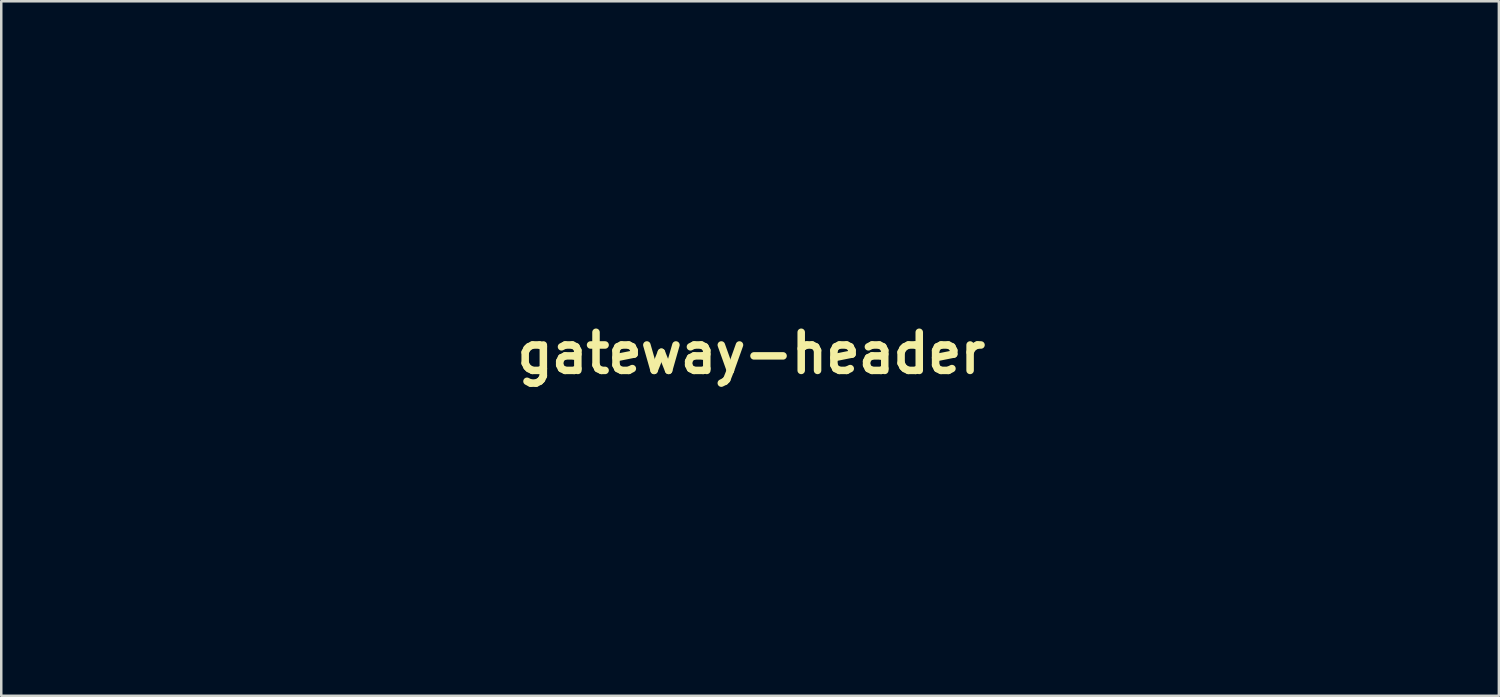
<source format=kicad_pcb>
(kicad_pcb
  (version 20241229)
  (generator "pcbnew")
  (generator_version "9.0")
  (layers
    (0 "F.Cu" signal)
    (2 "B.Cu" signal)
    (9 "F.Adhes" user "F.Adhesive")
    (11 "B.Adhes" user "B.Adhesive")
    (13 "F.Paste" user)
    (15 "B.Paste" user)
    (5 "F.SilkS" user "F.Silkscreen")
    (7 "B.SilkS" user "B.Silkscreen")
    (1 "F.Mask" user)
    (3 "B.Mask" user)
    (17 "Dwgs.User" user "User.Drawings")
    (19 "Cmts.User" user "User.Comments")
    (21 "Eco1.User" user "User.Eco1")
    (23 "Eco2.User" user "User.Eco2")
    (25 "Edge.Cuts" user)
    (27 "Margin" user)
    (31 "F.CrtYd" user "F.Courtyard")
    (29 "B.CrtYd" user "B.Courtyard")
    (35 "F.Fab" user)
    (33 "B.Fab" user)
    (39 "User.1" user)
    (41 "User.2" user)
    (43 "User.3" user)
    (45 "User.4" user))
  (footprint "gateway-header"
    (layer "F.Cu")
    (at 26.973 11.063)
    (property "Reference" "gateway-header" (at 0 0 0) (layer "F.SilkS") (effects (font (size 1.524 1.524) (thickness 0.3))))
    (attr exclude_from_pos_files exclude_from_bom)
    (fp_poly (pts (xy -6.084 2.406) (xy -5.95 2.441) (xy -5.832 2.497) (xy -5.733 2.574) (xy -5.654 2.67) (xy -5.595 2.786) (xy -5.58 2.831) (xy -5.565 2.887) (xy -5.557 2.941) (xy -5.554 3.003) (xy -5.556 3.077) (xy -5.56 3.149) (xy -5.566 3.203) (xy -5.577 3.247) (xy -5.594 3.291) (xy -5.607 3.318) (xy -5.671 3.422) (xy -5.757 3.523) (xy -5.859 3.616) (xy -5.971 3.694) (xy -6.087 3.752) (xy -6.118 3.764) (xy -6.184 3.781) (xy -6.268 3.794) (xy -6.361 3.801) (xy -6.451 3.804) (xy -6.53 3.8) (xy -6.57 3.794) (xy -6.703 3.753) (xy -6.815 3.693) (xy -6.907 3.612) (xy -6.982 3.509) (xy -7.005 3.466) (xy -7.029 3.417) (xy -7.045 3.376) (xy -7.055 3.335) (xy -7.06 3.286) (xy -7.064 3.22) (xy -7.065 3.197) (xy -7.067 3.12) (xy -7.065 3.063) (xy -7.059 3.017) (xy -7.049 2.972) (xy -7.039 2.944) (xy -6.98 2.814) (xy -6.897 2.696) (xy -6.791 2.593) (xy -6.666 2.508) (xy -6.616 2.482) (xy -6.512 2.438) (xy -6.416 2.41) (xy -6.316 2.397) (xy -6.234 2.395) (xy -6.084 2.406)) (stroke (width 0.01) (type solid)) (fill yes) (layer "F.Mask"))
    (fp_poly (pts (xy -23.739 3.063) (xy -23.623 3.069) (xy -23.526 3.082) (xy -23.489 3.09) (xy -23.446 3.103) (xy -23.422 3.118) (xy -23.408 3.143) (xy -23.4 3.173) (xy -23.389 3.225) (xy -23.383 3.283) (xy -23.38 3.351) (xy -23.382 3.428) (xy -23.389 3.516) (xy -23.4 3.618) (xy -23.417 3.734) (xy -23.439 3.866) (xy -23.467 4.014) (xy -23.501 4.182) (xy -23.541 4.369) (xy -23.588 4.578) (xy -23.641 4.809) (xy -23.701 5.065) (xy -23.769 5.347) (xy -23.806 5.503) (xy -23.894 5.868) (xy -23.974 6.207) (xy -24.045 6.521) (xy -24.11 6.812) (xy -24.167 7.081) (xy -24.218 7.33) (xy -24.262 7.561) (xy -24.299 7.773) (xy -24.331 7.971) (xy -24.357 8.153) (xy -24.375 8.301) (xy -24.385 8.388) (xy -24.393 8.451) (xy -24.4 8.494) (xy -24.409 8.521) (xy -24.421 8.538) (xy -24.439 8.547) (xy -24.463 8.555) (xy -24.481 8.56) (xy -24.572 8.583) (xy -24.683 8.606) (xy -24.806 8.629) (xy -24.933 8.649) (xy -25.021 8.66) (xy -25.089 8.668) (xy -25.173 8.674) (xy -25.266 8.68) (xy -25.364 8.685) (xy -25.461 8.689) (xy -25.551 8.692) (xy -25.629 8.693) (xy -25.69 8.692) (xy -25.729 8.689) (xy -25.732 8.689) (xy -25.784 8.679) (xy -25.814 8.67) (xy -25.827 8.657) (xy -25.828 8.635) (xy -25.825 8.607) (xy -25.809 8.492) (xy -25.791 8.377) (xy -25.772 8.26) (xy -25.75 8.138) (xy -25.725 8.009) (xy -25.697 7.872) (xy -25.665 7.723) (xy -25.629 7.561) (xy -25.588 7.384) (xy -25.542 7.19) (xy -25.49 6.976) (xy -25.432 6.74) (xy -25.367 6.48) (xy -25.307 6.238) (xy -25.236 5.954) (xy -25.172 5.695) (xy -25.115 5.46) (xy -25.065 5.247) (xy -25.022 5.052) (xy -24.984 4.875) (xy -24.951 4.714) (xy -24.923 4.565) (xy -24.9 4.428) (xy -24.88 4.299) (xy -24.864 4.177) (xy -24.852 4.06) (xy -24.844 3.97) (xy -24.843 3.852) (xy -24.86 3.746) (xy -24.899 3.643) (xy -24.96 3.539) (xy -24.995 3.49) (xy -25.034 3.434) (xy -25.05 3.391) (xy -25.043 3.357) (xy -25.012 3.326) (xy -24.961 3.294) (xy -24.896 3.263) (xy -24.812 3.229) (xy -24.715 3.195) (xy -24.613 3.162) (xy -24.515 3.134) (xy -24.428 3.113) (xy -24.412 3.11) (xy -24.284 3.09) (xy -24.147 3.075) (xy -24.007 3.066) (xy -23.869 3.061) (xy -23.739 3.063)) (stroke (width 0.01) (type solid)) (fill yes) (layer "F.Mask"))
    (fp_poly (pts (xy -6.045 4.632) (xy -5.999 4.637) (xy -5.967 4.647) (xy -5.945 4.664) (xy -5.928 4.688) (xy -5.914 4.721) (xy -5.899 4.764) (xy -5.898 4.768) (xy -5.883 4.827) (xy -5.871 4.908) (xy -5.862 5.005) (xy -5.858 5.11) (xy -5.857 5.217) (xy -5.861 5.321) (xy -5.869 5.413) (xy -5.869 5.417) (xy -5.888 5.542) (xy -5.916 5.692) (xy -5.952 5.866) (xy -5.995 6.062) (xy -6.046 6.279) (xy -6.104 6.513) (xy -6.108 6.528) (xy -6.164 6.751) (xy -6.211 6.948) (xy -6.251 7.121) (xy -6.283 7.272) (xy -6.307 7.403) (xy -6.325 7.517) (xy -6.337 7.614) (xy -6.342 7.696) (xy -6.342 7.767) (xy -6.339 7.802) (xy -6.327 7.879) (xy -6.31 7.939) (xy -6.29 7.977) (xy -6.268 7.991) (xy -6.235 7.984) (xy -6.179 7.965) (xy -6.103 7.935) (xy -6.01 7.895) (xy -5.905 7.846) (xy -5.73 7.764) (xy -5.654 7.92) (xy -5.622 7.984) (xy -5.601 8.03) (xy -5.593 8.065) (xy -5.599 8.094) (xy -5.621 8.123) (xy -5.661 8.158) (xy -5.72 8.205) (xy -5.739 8.22) (xy -5.869 8.315) (xy -6.012 8.406) (xy -6.165 8.492) (xy -6.319 8.569) (xy -6.471 8.635) (xy -6.615 8.686) (xy -6.744 8.721) (xy -6.765 8.725) (xy -6.887 8.741) (xy -7.008 8.747) (xy -7.118 8.742) (xy -7.14 8.739) (xy -7.269 8.706) (xy -7.385 8.649) (xy -7.485 8.57) (xy -7.566 8.47) (xy -7.628 8.351) (xy -7.667 8.224) (xy -7.678 8.157) (xy -7.685 8.087) (xy -7.687 8.009) (xy -7.683 7.924) (xy -7.673 7.827) (xy -7.657 7.717) (xy -7.634 7.591) (xy -7.605 7.448) (xy -7.568 7.285) (xy -7.524 7.1) (xy -7.472 6.89) (xy -7.449 6.801) (xy -7.418 6.675) (xy -7.386 6.548) (xy -7.356 6.424) (xy -7.329 6.309) (xy -7.306 6.208) (xy -7.288 6.128) (xy -7.282 6.101) (xy -7.25 5.906) (xy -7.237 5.729) (xy -7.244 5.566) (xy -7.273 5.413) (xy -7.322 5.266) (xy -7.395 5.12) (xy -7.472 4.998) (xy -7.508 4.945) (xy -7.529 4.906) (xy -7.54 4.875) (xy -7.542 4.844) (xy -7.541 4.831) (xy -7.539 4.805) (xy -7.534 4.786) (xy -7.522 4.772) (xy -7.5 4.76) (xy -7.463 4.75) (xy -7.407 4.738) (xy -7.328 4.724) (xy -7.288 4.717) (xy -7.16 4.698) (xy -7.008 4.68) (xy -6.835 4.665) (xy -6.647 4.652) (xy -6.446 4.642) (xy -6.303 4.637) (xy -6.193 4.633) (xy -6.109 4.631) (xy -6.045 4.632)) (stroke (width 0.01) (type solid)) (fill yes) (layer "F.Mask"))
    (fp_poly (pts (xy 8.517 3.205) (xy 8.533 3.211) (xy 8.542 3.219) (xy 8.545 3.227) (xy 8.55 3.25) (xy 8.556 3.295) (xy 8.562 3.357) (xy 8.569 3.43) (xy 8.57 3.45) (xy 8.576 3.578) (xy 8.574 3.715) (xy 8.563 3.865) (xy 8.544 4.031) (xy 8.516 4.216) (xy 8.478 4.423) (xy 8.452 4.551) (xy 8.44 4.611) (xy 8.43 4.659) (xy 8.425 4.689) (xy 8.423 4.696) (xy 8.437 4.698) (xy 8.476 4.699) (xy 8.538 4.7) (xy 8.617 4.701) (xy 8.711 4.702) (xy 8.817 4.702) (xy 8.865 4.702) (xy 9.307 4.702) (xy 9.298 4.784) (xy 9.287 4.843) (xy 9.267 4.92) (xy 9.241 5.006) (xy 9.211 5.093) (xy 9.181 5.168) (xy 9.158 5.223) (xy 8.989 5.212) (xy 8.913 5.207) (xy 8.818 5.204) (xy 8.715 5.201) (xy 8.614 5.2) (xy 8.575 5.2) (xy 8.33 5.2) (xy 8.297 5.358) (xy 8.264 5.519) (xy 8.229 5.693) (xy 8.194 5.876) (xy 8.158 6.065) (xy 8.123 6.256) (xy 8.089 6.444) (xy 8.056 6.627) (xy 8.027 6.799) (xy 8 6.958) (xy 7.977 7.1) (xy 7.959 7.22) (xy 7.948 7.298) (xy 7.928 7.476) (xy 7.917 7.627) (xy 7.915 7.751) (xy 7.923 7.85) (xy 7.94 7.923) (xy 7.966 7.971) (xy 7.989 7.99) (xy 8.026 7.995) (xy 8.087 7.986) (xy 8.173 7.962) (xy 8.282 7.923) (xy 8.415 7.869) (xy 8.545 7.812) (xy 8.59 7.794) (xy 8.625 7.784) (xy 8.64 7.785) (xy 8.651 7.801) (xy 8.671 7.838) (xy 8.699 7.888) (xy 8.724 7.935) (xy 8.799 8.074) (xy 8.701 8.151) (xy 8.603 8.225) (xy 8.492 8.302) (xy 8.375 8.379) (xy 8.261 8.449) (xy 8.156 8.509) (xy 8.106 8.535) (xy 7.935 8.611) (xy 7.761 8.671) (xy 7.59 8.715) (xy 7.426 8.741) (xy 7.273 8.748) (xy 7.157 8.739) (xy 7.02 8.705) (xy 6.896 8.648) (xy 6.787 8.57) (xy 6.697 8.474) (xy 6.628 8.361) (xy 6.582 8.235) (xy 6.576 8.21) (xy 6.569 8.154) (xy 6.565 8.076) (xy 6.565 7.98) (xy 6.567 7.872) (xy 6.572 7.759) (xy 6.58 7.645) (xy 6.59 7.537) (xy 6.602 7.439) (xy 6.605 7.421) (xy 6.62 7.33) (xy 6.639 7.223) (xy 6.663 7.099) (xy 6.692 6.956) (xy 6.727 6.791) (xy 6.768 6.604) (xy 6.814 6.391) (xy 6.837 6.289) (xy 6.866 6.155) (xy 6.895 6.021) (xy 6.924 5.889) (xy 6.95 5.761) (xy 6.975 5.641) (xy 6.997 5.532) (xy 7.016 5.436) (xy 7.03 5.358) (xy 7.041 5.299) (xy 7.046 5.263) (xy 7.046 5.252) (xy 7.03 5.251) (xy 6.991 5.253) (xy 6.934 5.257) (xy 6.864 5.263) (xy 6.788 5.27) (xy 6.709 5.279) (xy 6.634 5.287) (xy 6.626 5.288) (xy 6.583 5.292) (xy 6.559 5.289) (xy 6.548 5.277) (xy 6.543 5.263) (xy 6.54 5.233) (xy 6.537 5.181) (xy 6.535 5.114) (xy 6.534 5.037) (xy 6.535 4.958) (xy 6.536 4.884) (xy 6.539 4.82) (xy 6.542 4.774) (xy 6.543 4.769) (xy 6.552 4.703) (xy 6.842 4.699) (xy 7.132 4.695) (xy 7.143 4.623) (xy 7.171 4.39) (xy 7.191 4.138) (xy 7.2 3.879) (xy 7.201 3.777) (xy 7.201 3.451) (xy 7.369 3.399) (xy 7.71 3.307) (xy 8.056 3.244) (xy 8.294 3.217) (xy 8.382 3.209) (xy 8.446 3.205) (xy 8.49 3.203) (xy 8.517 3.205)) (stroke (width 0.01) (type solid)) (fill yes) (layer "F.Mask"))
    (fp_poly (pts (xy 11.657 4.61) (xy 11.855 4.654) (xy 11.939 4.682) (xy 12.026 4.72) (xy 12.112 4.763) (xy 12.193 4.809) (xy 12.264 4.856) (xy 12.321 4.901) (xy 12.359 4.941) (xy 12.373 4.969) (xy 12.386 4.994) (xy 12.412 5.031) (xy 12.447 5.07) (xy 12.515 5.164) (xy 12.564 5.278) (xy 12.594 5.412) (xy 12.604 5.565) (xy 12.602 5.649) (xy 12.589 5.785) (xy 12.566 5.905) (xy 12.529 6.019) (xy 12.483 6.123) (xy 12.399 6.269) (xy 12.291 6.411) (xy 12.166 6.542) (xy 12.027 6.657) (xy 11.925 6.724) (xy 11.787 6.799) (xy 11.627 6.873) (xy 11.452 6.945) (xy 11.268 7.011) (xy 11.082 7.071) (xy 10.899 7.121) (xy 10.725 7.161) (xy 10.568 7.187) (xy 10.526 7.192) (xy 10.475 7.199) (xy 10.44 7.208) (xy 10.428 7.217) (xy 10.432 7.259) (xy 10.441 7.32) (xy 10.455 7.392) (xy 10.471 7.467) (xy 10.488 7.537) (xy 10.504 7.592) (xy 10.507 7.603) (xy 10.567 7.738) (xy 10.644 7.85) (xy 10.737 7.938) (xy 10.845 8.003) (xy 10.967 8.045) (xy 11.101 8.062) (xy 11.248 8.054) (xy 11.405 8.022) (xy 11.572 7.965) (xy 11.579 7.962) (xy 11.721 7.895) (xy 11.86 7.817) (xy 11.985 7.733) (xy 12.029 7.699) (xy 12.07 7.666) (xy 12.102 7.642) (xy 12.119 7.63) (xy 12.12 7.63) (xy 12.131 7.641) (xy 12.155 7.67) (xy 12.189 7.714) (xy 12.23 7.767) (xy 12.23 7.768) (xy 12.28 7.836) (xy 12.311 7.886) (xy 12.325 7.918) (xy 12.325 7.932) (xy 12.311 7.954) (xy 12.28 7.988) (xy 12.239 8.027) (xy 12.227 8.037) (xy 12.053 8.178) (xy 11.871 8.309) (xy 11.686 8.424) (xy 11.504 8.522) (xy 11.329 8.599) (xy 11.286 8.615) (xy 11.152 8.657) (xy 11.002 8.692) (xy 10.845 8.72) (xy 10.687 8.739) (xy 10.537 8.749) (xy 10.403 8.749) (xy 10.356 8.746) (xy 10.157 8.715) (xy 9.975 8.659) (xy 9.808 8.581) (xy 9.658 8.479) (xy 9.525 8.354) (xy 9.41 8.207) (xy 9.312 8.037) (xy 9.232 7.845) (xy 9.17 7.632) (xy 9.151 7.544) (xy 9.14 7.467) (xy 9.13 7.368) (xy 9.124 7.253) (xy 9.119 7.131) (xy 9.118 7.007) (xy 9.119 6.889) (xy 9.124 6.783) (xy 9.128 6.725) (xy 10.418 6.725) (xy 10.423 6.743) (xy 10.44 6.749) (xy 10.474 6.746) (xy 10.528 6.733) (xy 10.57 6.721) (xy 10.747 6.659) (xy 10.907 6.575) (xy 11.049 6.471) (xy 11.172 6.348) (xy 11.272 6.208) (xy 11.323 6.112) (xy 11.365 6.012) (xy 11.395 5.914) (xy 11.414 5.811) (xy 11.425 5.694) (xy 11.428 5.575) (xy 11.425 5.443) (xy 11.413 5.336) (xy 11.393 5.251) (xy 11.362 5.185) (xy 11.32 5.134) (xy 11.266 5.096) (xy 11.253 5.089) (xy 11.173 5.066) (xy 11.088 5.068) (xy 11.001 5.095) (xy 10.916 5.144) (xy 10.836 5.214) (xy 10.764 5.303) (xy 10.736 5.346) (xy 10.688 5.441) (xy 10.64 5.56) (xy 10.594 5.697) (xy 10.551 5.846) (xy 10.512 6.001) (xy 10.48 6.159) (xy 10.455 6.312) (xy 10.438 6.455) (xy 10.435 6.502) (xy 10.431 6.569) (xy 10.426 6.632) (xy 10.422 6.681) (xy 10.42 6.696) (xy 10.418 6.725) (xy 9.128 6.725) (xy 9.129 6.719) (xy 9.169 6.447) (xy 9.232 6.193) (xy 9.318 5.955) (xy 9.427 5.735) (xy 9.56 5.529) (xy 9.717 5.339) (xy 9.899 5.163) (xy 10.106 5.001) (xy 10.144 4.974) (xy 10.345 4.852) (xy 10.555 4.752) (xy 10.774 4.675) (xy 10.996 4.622) (xy 11.22 4.593) (xy 11.441 4.589) (xy 11.657 4.61)) (stroke (width 0.01) (type solid)) (fill yes) (layer "F.Mask"))
    (fp_poly (pts (xy -8.56 4.593) (xy -8.405 4.618) (xy -8.268 4.664) (xy -8.15 4.732) (xy -8.051 4.822) (xy -7.982 4.913) (xy -7.937 4.992) (xy -7.906 5.071) (xy -7.886 5.156) (xy -7.877 5.257) (xy -7.875 5.34) (xy -7.886 5.581) (xy -7.918 5.828) (xy -7.97 6.078) (xy -8.04 6.329) (xy -8.128 6.579) (xy -8.23 6.825) (xy -8.348 7.066) (xy -8.478 7.3) (xy -8.619 7.523) (xy -8.771 7.735) (xy -8.932 7.932) (xy -9.1 8.113) (xy -9.274 8.275) (xy -9.453 8.416) (xy -9.636 8.535) (xy -9.82 8.628) (xy -9.941 8.674) (xy -10.089 8.714) (xy -10.24 8.739) (xy -10.386 8.748) (xy -10.508 8.742) (xy -10.653 8.712) (xy -10.783 8.661) (xy -10.896 8.59) (xy -10.982 8.509) (xy -11.039 8.428) (xy -11.091 8.328) (xy -11.133 8.217) (xy -11.158 8.128) (xy -11.166 8.087) (xy -11.171 8.046) (xy -11.175 8) (xy -11.177 7.944) (xy -11.178 7.874) (xy -11.176 7.785) (xy -11.174 7.672) (xy -11.174 7.659) (xy -11.169 7.533) (xy -11.163 7.39) (xy -11.155 7.239) (xy -11.146 7.093) (xy -11.137 6.963) (xy -11.135 6.945) (xy -11.121 6.776) (xy -11.11 6.632) (xy -11.101 6.507) (xy -11.093 6.398) (xy -11.087 6.3) (xy -11.082 6.209) (xy -11.078 6.121) (xy -11.074 6.031) (xy -11.071 5.934) (xy -11.068 5.834) (xy -11.059 5.474) (xy -11.098 5.36) (xy -11.138 5.257) (xy -11.193 5.146) (xy -11.255 5.037) (xy -11.319 4.942) (xy -11.326 4.932) (xy -11.356 4.89) (xy -11.372 4.86) (xy -11.375 4.834) (xy -11.37 4.805) (xy -11.364 4.782) (xy -11.354 4.765) (xy -11.337 4.752) (xy -11.306 4.739) (xy -11.257 4.722) (xy -11.201 4.706) (xy -11.007 4.655) (xy -10.815 4.618) (xy -10.629 4.597) (xy -10.453 4.59) (xy -10.29 4.599) (xy -10.146 4.624) (xy -10.072 4.645) (xy -9.961 4.694) (xy -9.871 4.759) (xy -9.8 4.843) (xy -9.744 4.948) (xy -9.719 5.019) (xy -9.707 5.059) (xy -9.699 5.096) (xy -9.693 5.136) (xy -9.689 5.184) (xy -9.687 5.246) (xy -9.686 5.326) (xy -9.686 5.416) (xy -9.686 5.481) (xy -9.687 5.539) (xy -9.688 5.592) (xy -9.69 5.643) (xy -9.694 5.694) (xy -9.7 5.75) (xy -9.708 5.811) (xy -9.718 5.882) (xy -9.731 5.964) (xy -9.748 6.062) (xy -9.769 6.177) (xy -9.793 6.312) (xy -9.822 6.471) (xy -9.851 6.628) (xy -9.884 6.803) (xy -9.911 6.953) (xy -9.933 7.08) (xy -9.952 7.188) (xy -9.966 7.278) (xy -9.977 7.354) (xy -9.985 7.419) (xy -9.991 7.475) (xy -9.994 7.526) (xy -9.995 7.573) (xy -9.996 7.604) (xy -9.99 7.723) (xy -9.972 7.816) (xy -9.943 7.884) (xy -9.912 7.919) (xy -9.882 7.938) (xy -9.849 7.944) (xy -9.803 7.941) (xy -9.681 7.911) (xy -9.555 7.852) (xy -9.426 7.765) (xy -9.294 7.651) (xy -9.16 7.509) (xy -9.024 7.339) (xy -8.9 7.164) (xy -8.844 7.073) (xy -8.792 6.979) (xy -8.747 6.884) (xy -8.71 6.794) (xy -8.682 6.711) (xy -8.665 6.641) (xy -8.661 6.586) (xy -8.67 6.552) (xy -8.671 6.552) (xy -8.685 6.535) (xy -8.716 6.5) (xy -8.761 6.449) (xy -8.818 6.385) (xy -8.883 6.311) (xy -8.955 6.23) (xy -8.979 6.204) (xy -9.052 6.122) (xy -9.118 6.046) (xy -9.176 5.978) (xy -9.222 5.922) (xy -9.254 5.881) (xy -9.271 5.857) (xy -9.272 5.853) (xy -9.272 5.827) (xy -9.267 5.78) (xy -9.259 5.721) (xy -9.253 5.687) (xy -9.216 5.519) (xy -9.163 5.349) (xy -9.096 5.183) (xy -9.018 5.025) (xy -8.931 4.882) (xy -8.839 4.758) (xy -8.749 4.663) (xy -8.661 4.584) (xy -8.56 4.593)) (stroke (width 0.01) (type solid)) (fill yes) (layer "F.Mask"))
    (fp_poly (pts (xy 3.905 4.596) (xy 4.028 4.605) (xy 4.139 4.62) (xy 4.172 4.627) (xy 4.389 4.685) (xy 4.585 4.761) (xy 4.648 4.791) (xy 4.7 4.816) (xy 4.742 4.835) (xy 4.768 4.845) (xy 4.772 4.846) (xy 4.782 4.834) (xy 4.8 4.801) (xy 4.821 4.753) (xy 4.828 4.735) (xy 4.872 4.623) (xy 4.987 4.625) (xy 5.083 4.632) (xy 5.2 4.648) (xy 5.333 4.673) (xy 5.474 4.704) (xy 5.62 4.741) (xy 5.763 4.782) (xy 5.899 4.826) (xy 5.989 4.859) (xy 6.028 4.874) (xy 6.006 4.943) (xy 5.989 5.002) (xy 5.967 5.084) (xy 5.94 5.184) (xy 5.912 5.297) (xy 5.881 5.418) (xy 5.851 5.542) (xy 5.822 5.664) (xy 5.795 5.779) (xy 5.772 5.881) (xy 5.754 5.966) (xy 5.75 5.986) (xy 5.715 6.167) (xy 5.68 6.36) (xy 5.647 6.558) (xy 5.616 6.756) (xy 5.589 6.946) (xy 5.565 7.125) (xy 5.547 7.284) (xy 5.539 7.363) (xy 5.53 7.492) (xy 5.525 7.612) (xy 5.526 7.722) (xy 5.532 7.817) (xy 5.543 7.893) (xy 5.558 7.948) (xy 5.573 7.973) (xy 5.587 7.982) (xy 5.606 7.985) (xy 5.635 7.98) (xy 5.676 7.966) (xy 5.733 7.942) (xy 5.81 7.907) (xy 5.908 7.861) (xy 6.112 7.764) (xy 6.15 7.842) (xy 6.17 7.888) (xy 6.182 7.932) (xy 6.187 7.985) (xy 6.188 8.039) (xy 6.188 8.159) (xy 6.091 8.236) (xy 5.993 8.308) (xy 5.877 8.385) (xy 5.75 8.462) (xy 5.619 8.534) (xy 5.494 8.598) (xy 5.381 8.647) (xy 5.366 8.653) (xy 5.203 8.705) (xy 5.044 8.737) (xy 4.892 8.747) (xy 4.749 8.736) (xy 4.62 8.705) (xy 4.506 8.653) (xy 4.446 8.612) (xy 4.376 8.541) (xy 4.317 8.452) (xy 4.275 8.357) (xy 4.266 8.325) (xy 4.255 8.284) (xy 4.244 8.256) (xy 4.24 8.25) (xy 4.225 8.259) (xy 4.194 8.281) (xy 4.152 8.314) (xy 4.131 8.331) (xy 3.949 8.466) (xy 3.769 8.575) (xy 3.593 8.658) (xy 3.423 8.715) (xy 3.258 8.744) (xy 3.1 8.747) (xy 3.036 8.74) (xy 2.866 8.701) (xy 2.709 8.636) (xy 2.567 8.547) (xy 2.44 8.436) (xy 2.33 8.304) (xy 2.239 8.152) (xy 2.168 7.981) (xy 2.159 7.955) (xy 2.129 7.848) (xy 2.106 7.741) (xy 2.09 7.627) (xy 2.079 7.501) (xy 2.073 7.357) (xy 2.071 7.197) (xy 2.072 7.1) (xy 3.392 7.1) (xy 3.393 7.291) (xy 3.406 7.461) (xy 3.429 7.607) (xy 3.464 7.731) (xy 3.509 7.83) (xy 3.565 7.903) (xy 3.632 7.951) (xy 3.661 7.963) (xy 3.713 7.97) (xy 3.784 7.967) (xy 3.864 7.954) (xy 3.945 7.932) (xy 3.965 7.925) (xy 4.029 7.9) (xy 4.098 7.869) (xy 4.142 7.847) (xy 4.223 7.803) (xy 4.233 7.655) (xy 4.253 7.406) (xy 4.28 7.142) (xy 4.313 6.874) (xy 4.35 6.612) (xy 4.391 6.367) (xy 4.398 6.328) (xy 4.415 6.242) (xy 4.436 6.143) (xy 4.459 6.035) (xy 4.485 5.921) (xy 4.511 5.805) (xy 4.538 5.691) (xy 4.565 5.583) (xy 4.589 5.484) (xy 4.611 5.399) (xy 4.63 5.331) (xy 4.645 5.283) (xy 4.654 5.261) (xy 4.646 5.249) (xy 4.615 5.232) (xy 4.566 5.21) (xy 4.503 5.188) (xy 4.432 5.166) (xy 4.418 5.162) (xy 4.305 5.139) (xy 4.198 5.133) (xy 4.105 5.143) (xy 4.048 5.161) (xy 3.963 5.213) (xy 3.882 5.292) (xy 3.804 5.396) (xy 3.731 5.523) (xy 3.663 5.67) (xy 3.601 5.837) (xy 3.545 6.022) (xy 3.496 6.221) (xy 3.456 6.434) (xy 3.425 6.659) (xy 3.403 6.887) (xy 3.392 7.1) (xy 2.072 7.1) (xy 2.073 7.022) (xy 2.079 6.87) (xy 2.089 6.734) (xy 2.104 6.609) (xy 2.124 6.49) (xy 2.143 6.397) (xy 2.162 6.314) (xy 2.181 6.224) (xy 2.199 6.141) (xy 2.207 6.105) (xy 2.256 5.925) (xy 2.328 5.739) (xy 2.419 5.552) (xy 2.526 5.37) (xy 2.646 5.201) (xy 2.775 5.05) (xy 2.789 5.036) (xy 2.93 4.906) (xy 3.086 4.795) (xy 3.249 4.705) (xy 3.415 4.64) (xy 3.455 4.628) (xy 3.546 4.61) (xy 3.656 4.599) (xy 3.779 4.594) (xy 3.905 4.596)) (stroke (width 0.01) (type solid)) (fill yes) (layer "F.Mask"))
    (fp_poly (pts (xy 20.342 4.595) (xy 20.458 4.601) (xy 20.562 4.614) (xy 20.597 4.62) (xy 20.713 4.649) (xy 20.836 4.686) (xy 20.957 4.728) (xy 21.065 4.772) (xy 21.118 4.797) (xy 21.17 4.822) (xy 21.207 4.835) (xy 21.232 4.831) (xy 21.252 4.808) (xy 21.272 4.763) (xy 21.292 4.706) (xy 21.325 4.612) (xy 21.453 4.622) (xy 21.589 4.636) (xy 21.731 4.659) (xy 21.884 4.693) (xy 22.054 4.737) (xy 22.244 4.794) (xy 22.259 4.799) (xy 22.345 4.827) (xy 22.41 4.851) (xy 22.454 4.87) (xy 22.472 4.883) (xy 22.472 4.885) (xy 22.468 4.906) (xy 22.458 4.948) (xy 22.443 5.003) (xy 22.435 5.03) (xy 22.367 5.277) (xy 22.301 5.547) (xy 22.237 5.834) (xy 22.177 6.132) (xy 22.121 6.435) (xy 22.072 6.737) (xy 22.031 7.032) (xy 22.009 7.206) (xy 21.996 7.334) (xy 21.988 7.46) (xy 21.983 7.58) (xy 21.983 7.69) (xy 21.986 7.787) (xy 21.993 7.867) (xy 22.004 7.925) (xy 22.015 7.953) (xy 22.028 7.97) (xy 22.041 7.981) (xy 22.059 7.984) (xy 22.086 7.98) (xy 22.125 7.967) (xy 22.18 7.944) (xy 22.254 7.911) (xy 22.333 7.874) (xy 22.405 7.841) (xy 22.467 7.812) (xy 22.515 7.79) (xy 22.544 7.777) (xy 22.551 7.774) (xy 22.554 7.788) (xy 22.557 7.824) (xy 22.562 7.877) (xy 22.565 7.922) (xy 22.571 7.992) (xy 22.577 8.059) (xy 22.584 8.112) (xy 22.587 8.132) (xy 22.598 8.193) (xy 22.51 8.262) (xy 22.398 8.343) (xy 22.269 8.425) (xy 22.129 8.504) (xy 21.988 8.576) (xy 21.853 8.636) (xy 21.751 8.674) (xy 21.584 8.72) (xy 21.427 8.744) (xy 21.28 8.746) (xy 21.145 8.727) (xy 21.025 8.687) (xy 20.921 8.627) (xy 20.835 8.547) (xy 20.773 8.456) (xy 20.746 8.399) (xy 20.723 8.34) (xy 20.712 8.305) (xy 20.695 8.238) (xy 20.6 8.318) (xy 20.441 8.441) (xy 20.275 8.547) (xy 20.107 8.632) (xy 19.942 8.696) (xy 19.783 8.736) (xy 19.753 8.74) (xy 19.688 8.749) (xy 19.638 8.752) (xy 19.589 8.751) (xy 19.529 8.745) (xy 19.501 8.741) (xy 19.334 8.705) (xy 19.176 8.641) (xy 19.027 8.551) (xy 18.964 8.502) (xy 18.851 8.393) (xy 18.756 8.269) (xy 18.678 8.126) (xy 18.616 7.962) (xy 18.568 7.776) (xy 18.555 7.709) (xy 18.543 7.618) (xy 18.533 7.504) (xy 18.526 7.375) (xy 18.523 7.237) (xy 18.523 7.098) (xy 18.523 7.097) (xy 19.849 7.097) (xy 19.851 7.284) (xy 19.859 7.433) (xy 19.874 7.559) (xy 19.894 7.664) (xy 19.923 7.753) (xy 19.94 7.794) (xy 19.983 7.868) (xy 20.032 7.918) (xy 20.093 7.952) (xy 20.102 7.955) (xy 20.141 7.968) (xy 20.176 7.974) (xy 20.216 7.972) (xy 20.268 7.964) (xy 20.316 7.955) (xy 20.375 7.938) (xy 20.447 7.913) (xy 20.52 7.882) (xy 20.55 7.868) (xy 20.683 7.802) (xy 20.684 7.734) (xy 20.685 7.683) (xy 20.69 7.609) (xy 20.697 7.516) (xy 20.706 7.412) (xy 20.716 7.3) (xy 20.728 7.186) (xy 20.74 7.076) (xy 20.751 6.975) (xy 20.756 6.938) (xy 20.803 6.614) (xy 20.861 6.284) (xy 20.928 5.956) (xy 21.002 5.642) (xy 21.044 5.479) (xy 21.064 5.404) (xy 21.081 5.34) (xy 21.094 5.29) (xy 21.101 5.259) (xy 21.102 5.254) (xy 21.088 5.238) (xy 21.052 5.22) (xy 20.998 5.2) (xy 20.932 5.18) (xy 20.86 5.162) (xy 20.787 5.147) (xy 20.718 5.137) (xy 20.66 5.133) (xy 20.598 5.134) (xy 20.553 5.141) (xy 20.509 5.158) (xy 20.481 5.172) (xy 20.397 5.233) (xy 20.317 5.319) (xy 20.24 5.43) (xy 20.168 5.562) (xy 20.101 5.713) (xy 20.041 5.881) (xy 19.987 6.062) (xy 19.942 6.256) (xy 19.904 6.458) (xy 19.876 6.668) (xy 19.857 6.882) (xy 19.849 7.097) (xy 18.523 7.097) (xy 18.527 6.963) (xy 18.533 6.851) (xy 18.566 6.547) (xy 18.616 6.265) (xy 18.684 6.004) (xy 18.77 5.764) (xy 18.874 5.542) (xy 18.998 5.338) (xy 19.141 5.151) (xy 19.293 4.99) (xy 19.436 4.866) (xy 19.581 4.767) (xy 19.731 4.69) (xy 19.893 4.633) (xy 19.912 4.628) (xy 19.997 4.611) (xy 20.103 4.6) (xy 20.22 4.594) (xy 20.342 4.595)) (stroke (width 0.01) (type solid)) (fill yes) (layer "F.Mask"))
    (fp_poly (pts (xy -14.035 4.682) (xy -14.024 4.736) (xy -14.016 4.811) (xy -14.011 4.901) (xy -14.008 4.998) (xy -14.009 5.095) (xy -14.013 5.184) (xy -14.019 5.244) (xy -14.03 5.323) (xy -14.044 5.411) (xy -14.062 5.509) (xy -14.084 5.62) (xy -14.111 5.748) (xy -14.143 5.893) (xy -14.182 6.06) (xy -14.226 6.249) (xy -14.272 6.44) (xy -14.319 6.633) (xy -14.358 6.801) (xy -14.392 6.946) (xy -14.42 7.07) (xy -14.444 7.176) (xy -14.462 7.267) (xy -14.476 7.344) (xy -14.487 7.411) (xy -14.494 7.47) (xy -14.499 7.523) (xy -14.502 7.573) (xy -14.503 7.623) (xy -14.503 7.625) (xy -14.501 7.714) (xy -14.493 7.778) (xy -14.476 7.824) (xy -14.45 7.855) (xy -14.411 7.878) (xy -14.387 7.887) (xy -14.326 7.896) (xy -14.245 7.892) (xy -14.15 7.875) (xy -14.045 7.847) (xy -13.937 7.809) (xy -13.829 7.761) (xy -13.818 7.756) (xy -13.768 7.729) (xy -13.738 7.708) (xy -13.721 7.686) (xy -13.713 7.659) (xy -13.707 7.633) (xy -13.696 7.583) (xy -13.68 7.512) (xy -13.661 7.423) (xy -13.638 7.322) (xy -13.614 7.21) (xy -13.595 7.125) (xy -13.531 6.833) (xy -13.473 6.567) (xy -13.423 6.325) (xy -13.379 6.104) (xy -13.341 5.903) (xy -13.308 5.719) (xy -13.281 5.552) (xy -13.259 5.398) (xy -13.241 5.255) (xy -13.227 5.122) (xy -13.218 4.996) (xy -13.215 4.952) (xy -13.205 4.768) (xy -13.118 4.742) (xy -13.012 4.715) (xy -12.881 4.692) (xy -12.73 4.673) (xy -12.562 4.659) (xy -12.382 4.649) (xy -12.193 4.645) (xy -12.135 4.644) (xy -11.885 4.644) (xy -11.885 4.73) (xy -11.888 4.814) (xy -11.898 4.922) (xy -11.914 5.054) (xy -11.936 5.212) (xy -11.966 5.395) (xy -12.002 5.605) (xy -12.044 5.841) (xy -12.094 6.104) (xy -12.15 6.394) (xy -12.166 6.476) (xy -12.211 6.705) (xy -12.251 6.907) (xy -12.285 7.084) (xy -12.313 7.239) (xy -12.337 7.373) (xy -12.356 7.487) (xy -12.371 7.585) (xy -12.381 7.666) (xy -12.388 7.735) (xy -12.391 7.791) (xy -12.391 7.838) (xy -12.387 7.876) (xy -12.381 7.908) (xy -12.376 7.923) (xy -12.364 7.955) (xy -12.349 7.977) (xy -12.328 7.99) (xy -12.298 7.993) (xy -12.257 7.985) (xy -12.2 7.966) (xy -12.125 7.936) (xy -12.03 7.894) (xy -11.959 7.863) (xy -11.896 7.834) (xy -11.842 7.811) (xy -11.803 7.795) (xy -11.785 7.789) (xy -11.784 7.789) (xy -11.772 7.801) (xy -11.75 7.832) (xy -11.722 7.876) (xy -11.692 7.928) (xy -11.663 7.98) (xy -11.639 8.027) (xy -11.623 8.062) (xy -11.619 8.078) (xy -11.619 8.079) (xy -11.633 8.092) (xy -11.665 8.119) (xy -11.709 8.155) (xy -11.745 8.183) (xy -11.95 8.333) (xy -12.151 8.46) (xy -12.345 8.565) (xy -12.533 8.646) (xy -12.713 8.703) (xy -12.884 8.737) (xy -13.045 8.748) (xy -13.196 8.734) (xy -13.334 8.696) (xy -13.46 8.635) (xy -13.572 8.548) (xy -13.591 8.529) (xy -13.65 8.458) (xy -13.7 8.374) (xy -13.738 8.288) (xy -13.754 8.224) (xy -13.762 8.187) (xy -13.769 8.166) (xy -13.771 8.164) (xy -13.785 8.172) (xy -13.815 8.194) (xy -13.856 8.226) (xy -13.866 8.234) (xy -13.992 8.327) (xy -14.13 8.418) (xy -14.274 8.503) (xy -14.418 8.578) (xy -14.553 8.64) (xy -14.64 8.673) (xy -14.785 8.714) (xy -14.93 8.742) (xy -15.071 8.754) (xy -15.2 8.752) (xy -15.312 8.733) (xy -15.316 8.732) (xy -15.437 8.687) (xy -15.548 8.62) (xy -15.645 8.536) (xy -15.722 8.44) (xy -15.75 8.391) (xy -15.787 8.305) (xy -15.813 8.215) (xy -15.829 8.116) (xy -15.835 8) (xy -15.833 7.877) (xy -15.829 7.796) (xy -15.823 7.714) (xy -15.813 7.627) (xy -15.8 7.533) (xy -15.783 7.43) (xy -15.762 7.315) (xy -15.735 7.186) (xy -15.703 7.04) (xy -15.666 6.874) (xy -15.622 6.687) (xy -15.571 6.476) (xy -15.543 6.361) (xy -15.495 6.159) (xy -15.455 5.984) (xy -15.423 5.833) (xy -15.399 5.704) (xy -15.383 5.598) (xy -15.373 5.511) (xy -15.371 5.442) (xy -15.375 5.39) (xy -15.377 5.38) (xy -15.404 5.3) (xy -15.452 5.206) (xy -15.516 5.105) (xy -15.592 5.005) (xy -15.637 4.948) (xy -15.666 4.907) (xy -15.683 4.875) (xy -15.691 4.847) (xy -15.692 4.823) (xy -15.693 4.763) (xy -15.567 4.74) (xy -15.365 4.708) (xy -15.134 4.682) (xy -14.876 4.661) (xy -14.591 4.644) (xy -14.364 4.636) (xy -14.051 4.626) (xy -14.035 4.682)) (stroke (width 0.01) (type solid)) (fill yes) (layer "F.Mask"))
    (fp_poly (pts (xy -18.654 4.633) (xy -18.628 4.636) (xy -18.613 4.64) (xy -18.606 4.646) (xy -18.592 4.684) (xy -18.582 4.748) (xy -18.575 4.838) (xy -18.572 4.951) (xy -18.571 5.034) (xy -18.572 5.102) (xy -18.575 5.17) (xy -18.58 5.239) (xy -18.588 5.312) (xy -18.6 5.392) (xy -18.615 5.481) (xy -18.634 5.581) (xy -18.658 5.696) (xy -18.687 5.827) (xy -18.721 5.976) (xy -18.761 6.148) (xy -18.808 6.342) (xy -18.844 6.491) (xy -18.897 6.707) (xy -18.941 6.898) (xy -18.979 7.064) (xy -19.01 7.209) (xy -19.034 7.333) (xy -19.052 7.439) (xy -19.064 7.528) (xy -19.071 7.603) (xy -19.072 7.666) (xy -19.069 7.717) (xy -19.067 7.731) (xy -19.045 7.804) (xy -19.006 7.858) (xy -18.953 7.891) (xy -18.936 7.895) (xy -18.874 7.899) (xy -18.792 7.89) (xy -18.697 7.871) (xy -18.596 7.843) (xy -18.493 7.807) (xy -18.395 7.766) (xy -18.376 7.756) (xy -18.327 7.731) (xy -18.298 7.71) (xy -18.282 7.689) (xy -18.272 7.659) (xy -18.269 7.644) (xy -18.262 7.611) (xy -18.25 7.555) (xy -18.234 7.481) (xy -18.215 7.395) (xy -18.194 7.3) (xy -18.186 7.262) (xy -18.122 6.972) (xy -18.064 6.707) (xy -18.013 6.466) (xy -17.968 6.246) (xy -17.929 6.046) (xy -17.894 5.864) (xy -17.865 5.697) (xy -17.84 5.544) (xy -17.82 5.401) (xy -17.803 5.268) (xy -17.789 5.142) (xy -17.779 5.021) (xy -17.773 4.94) (xy -17.763 4.767) (xy -17.653 4.736) (xy -17.544 4.71) (xy -17.417 4.689) (xy -17.269 4.672) (xy -17.099 4.659) (xy -16.902 4.651) (xy -16.812 4.648) (xy -16.438 4.64) (xy -16.448 4.79) (xy -16.455 4.877) (xy -16.464 4.97) (xy -16.476 5.072) (xy -16.492 5.185) (xy -16.511 5.311) (xy -16.534 5.452) (xy -16.562 5.61) (xy -16.594 5.787) (xy -16.632 5.986) (xy -16.675 6.208) (xy -16.723 6.456) (xy -16.731 6.498) (xy -16.772 6.701) (xy -16.806 6.879) (xy -16.836 7.032) (xy -16.861 7.165) (xy -16.882 7.279) (xy -16.899 7.376) (xy -16.913 7.459) (xy -16.923 7.531) (xy -16.931 7.593) (xy -16.937 7.647) (xy -16.942 7.697) (xy -16.944 7.734) (xy -16.946 7.828) (xy -16.941 7.898) (xy -16.928 7.947) (xy -16.906 7.979) (xy -16.889 7.991) (xy -16.869 7.995) (xy -16.839 7.991) (xy -16.794 7.978) (xy -16.733 7.955) (xy -16.652 7.922) (xy -16.548 7.876) (xy -16.519 7.862) (xy -16.456 7.834) (xy -16.402 7.811) (xy -16.363 7.795) (xy -16.345 7.789) (xy -16.345 7.789) (xy -16.333 7.8) (xy -16.311 7.832) (xy -16.283 7.876) (xy -16.272 7.894) (xy -16.236 7.964) (xy -16.217 8.019) (xy -16.212 8.057) (xy -16.213 8.083) (xy -16.219 8.104) (xy -16.235 8.125) (xy -16.263 8.151) (xy -16.308 8.186) (xy -16.338 8.209) (xy -16.549 8.359) (xy -16.748 8.483) (xy -16.938 8.582) (xy -17.119 8.658) (xy -17.294 8.709) (xy -17.464 8.738) (xy -17.59 8.745) (xy -17.713 8.739) (xy -17.821 8.719) (xy -17.923 8.683) (xy -17.993 8.649) (xy -18.091 8.584) (xy -18.176 8.501) (xy -18.245 8.405) (xy -18.293 8.303) (xy -18.312 8.226) (xy -18.319 8.188) (xy -18.325 8.166) (xy -18.327 8.164) (xy -18.34 8.172) (xy -18.371 8.194) (xy -18.416 8.227) (xy -18.471 8.267) (xy -18.475 8.27) (xy -18.696 8.422) (xy -18.912 8.547) (xy -19.124 8.643) (xy -19.332 8.712) (xy -19.421 8.733) (xy -19.502 8.746) (xy -19.595 8.752) (xy -19.692 8.753) (xy -19.781 8.748) (xy -19.854 8.737) (xy -19.869 8.734) (xy -19.94 8.713) (xy -19.995 8.691) (xy -20.046 8.664) (xy -20.104 8.626) (xy -20.109 8.622) (xy -20.194 8.553) (xy -20.264 8.472) (xy -20.318 8.378) (xy -20.359 8.27) (xy -20.384 8.147) (xy -20.396 8.005) (xy -20.393 7.844) (xy -20.377 7.662) (xy -20.347 7.457) (xy -20.314 7.277) (xy -20.302 7.219) (xy -20.284 7.137) (xy -20.262 7.037) (xy -20.236 6.922) (xy -20.207 6.798) (xy -20.177 6.67) (xy -20.149 6.556) (xy -20.101 6.352) (xy -20.059 6.174) (xy -20.024 6.02) (xy -19.996 5.888) (xy -19.973 5.774) (xy -19.955 5.678) (xy -19.943 5.597) (xy -19.936 5.529) (xy -19.933 5.471) (xy -19.935 5.422) (xy -19.94 5.38) (xy -19.949 5.342) (xy -19.954 5.325) (xy -19.981 5.263) (xy -20.023 5.187) (xy -20.078 5.103) (xy -20.139 5.018) (xy -20.184 4.962) (xy -20.221 4.915) (xy -20.241 4.879) (xy -20.25 4.846) (xy -20.251 4.823) (xy -20.251 4.799) (xy -20.249 4.782) (xy -20.241 4.769) (xy -20.223 4.759) (xy -20.192 4.75) (xy -20.143 4.741) (xy -20.073 4.731) (xy -19.984 4.718) (xy -19.874 4.703) (xy -19.775 4.69) (xy -19.681 4.679) (xy -19.586 4.67) (xy -19.485 4.663) (xy -19.373 4.656) (xy -19.244 4.65) (xy -19.093 4.644) (xy -19.056 4.642) (xy -18.93 4.638) (xy -18.83 4.634) (xy -18.752 4.632) (xy -18.695 4.632) (xy -18.654 4.633)) (stroke (width 0.01) (type solid)) (fill yes) (layer "F.Mask"))
    (fp_poly (pts (xy -22.96 2.023) (xy -22.653 2.055) (xy -22.363 2.105) (xy -22.313 2.115) (xy -22.069 2.18) (xy -21.841 2.26) (xy -21.632 2.357) (xy -21.441 2.467) (xy -21.271 2.592) (xy -21.123 2.728) (xy -20.999 2.876) (xy -20.9 3.034) (xy -20.842 3.162) (xy -20.804 3.264) (xy -20.777 3.355) (xy -20.757 3.443) (xy -20.744 3.534) (xy -20.738 3.637) (xy -20.735 3.759) (xy -20.735 3.793) (xy -20.736 3.891) (xy -20.737 3.967) (xy -20.741 4.026) (xy -20.746 4.076) (xy -20.754 4.123) (xy -20.766 4.172) (xy -20.774 4.203) (xy -20.839 4.391) (xy -20.93 4.574) (xy -21.048 4.754) (xy -21.194 4.932) (xy -21.368 5.107) (xy -21.496 5.22) (xy -21.618 5.317) (xy -21.755 5.417) (xy -21.897 5.513) (xy -22.039 5.601) (xy -22.172 5.676) (xy -22.244 5.713) (xy -22.311 5.745) (xy -22.239 5.838) (xy -22.216 5.869) (xy -22.194 5.901) (xy -22.172 5.937) (xy -22.148 5.978) (xy -22.122 6.026) (xy -22.093 6.084) (xy -22.06 6.153) (xy -22.022 6.235) (xy -21.978 6.332) (xy -21.927 6.447) (xy -21.869 6.58) (xy -21.803 6.733) (xy -21.727 6.91) (xy -21.641 7.111) (xy -21.514 7.399) (xy -21.391 7.661) (xy -21.272 7.899) (xy -21.154 8.115) (xy -21.037 8.31) (xy -20.92 8.488) (xy -20.8 8.649) (xy -20.678 8.797) (xy -20.551 8.932) (xy -20.534 8.95) (xy -20.336 9.128) (xy -20.13 9.28) (xy -19.913 9.407) (xy -19.683 9.51) (xy -19.62 9.533) (xy -19.465 9.588) (xy -19.418 9.767) (xy -19.398 9.843) (xy -19.386 9.898) (xy -19.385 9.937) (xy -19.397 9.967) (xy -19.426 9.994) (xy -19.472 10.025) (xy -19.539 10.065) (xy -19.685 10.138) (xy -19.85 10.197) (xy -20.028 10.239) (xy -20.213 10.263) (xy -20.399 10.269) (xy -20.539 10.259) (xy -20.697 10.233) (xy -20.866 10.192) (xy -21.036 10.137) (xy -21.197 10.074) (xy -21.302 10.023) (xy -21.502 9.902) (xy -21.688 9.757) (xy -21.859 9.588) (xy -22.014 9.397) (xy -22.15 9.187) (xy -22.189 9.115) (xy -22.228 9.04) (xy -22.264 8.966) (xy -22.298 8.889) (xy -22.33 8.809) (xy -22.362 8.722) (xy -22.394 8.627) (xy -22.426 8.522) (xy -22.459 8.403) (xy -22.494 8.27) (xy -22.532 8.119) (xy -22.572 7.949) (xy -22.616 7.757) (xy -22.665 7.541) (xy -22.717 7.306) (xy -22.755 7.138) (xy -22.795 6.973) (xy -22.835 6.812) (xy -22.875 6.66) (xy -22.914 6.518) (xy -22.952 6.391) (xy -22.986 6.281) (xy -23.017 6.192) (xy -23.044 6.127) (xy -23.053 6.107) (xy -23.074 6.067) (xy -23.26 6.065) (xy -23.369 6.062) (xy -23.454 6.053) (xy -23.517 6.035) (xy -23.561 6.006) (xy -23.592 5.964) (xy -23.611 5.905) (xy -23.623 5.828) (xy -23.625 5.815) (xy -23.629 5.737) (xy -23.629 5.646) (xy -23.624 5.551) (xy -23.616 5.461) (xy -23.605 5.385) (xy -23.598 5.352) (xy -23.566 5.283) (xy -23.516 5.232) (xy -23.445 5.199) (xy -23.352 5.184) (xy -23.238 5.186) (xy -23.196 5.19) (xy -23.098 5.208) (xy -22.999 5.234) (xy -22.947 5.251) (xy -22.832 5.296) (xy -22.762 5.237) (xy -22.675 5.153) (xy -22.584 5.046) (xy -22.494 4.922) (xy -22.408 4.787) (xy -22.33 4.644) (xy -22.262 4.501) (xy -22.215 4.382) (xy -22.16 4.194) (xy -22.127 4.001) (xy -22.116 3.808) (xy -22.125 3.619) (xy -22.155 3.439) (xy -22.206 3.272) (xy -22.233 3.209) (xy -22.315 3.066) (xy -22.419 2.94) (xy -22.545 2.833) (xy -22.693 2.744) (xy -22.864 2.672) (xy -22.875 2.669) (xy -23.042 2.623) (xy -23.231 2.589) (xy -23.437 2.567) (xy -23.656 2.557) (xy -23.884 2.559) (xy -24.117 2.572) (xy -24.35 2.597) (xy -24.579 2.633) (xy -24.8 2.68) (xy -25.008 2.738) (xy -25.024 2.743) (xy -25.226 2.817) (xy -25.421 2.904) (xy -25.604 3.004) (xy -25.773 3.113) (xy -25.927 3.23) (xy -26.061 3.354) (xy -26.175 3.481) (xy -26.264 3.61) (xy -26.325 3.733) (xy -26.341 3.781) (xy -26.351 3.83) (xy -26.357 3.89) (xy -26.358 3.966) (xy -26.355 4.063) (xy -26.343 4.141) (xy -26.319 4.208) (xy -26.281 4.273) (xy -26.25 4.314) (xy -26.209 4.355) (xy -26.149 4.403) (xy -26.078 4.454) (xy -26.001 4.502) (xy -25.926 4.543) (xy -25.86 4.572) (xy -25.856 4.574) (xy -25.765 4.606) (xy -25.783 4.719) (xy -25.797 4.791) (xy -25.816 4.868) (xy -25.833 4.929) (xy -25.857 4.995) (xy -25.885 5.065) (xy -25.916 5.132) (xy -25.946 5.193) (xy -25.972 5.24) (xy -25.992 5.269) (xy -26 5.274) (xy -26.029 5.275) (xy -26.078 5.264) (xy -26.141 5.244) (xy -26.21 5.218) (xy -26.282 5.187) (xy -26.348 5.153) (xy -26.379 5.136) (xy -26.537 5.027) (xy -26.67 4.904) (xy -26.778 4.767) (xy -26.862 4.615) (xy -26.922 4.448) (xy -26.958 4.264) (xy -26.968 4.151) (xy -26.967 3.948) (xy -26.941 3.757) (xy -26.89 3.576) (xy -26.811 3.402) (xy -26.706 3.236) (xy -26.574 3.074) (xy -26.484 2.983) (xy -26.3 2.823) (xy -26.09 2.676) (xy -25.855 2.54) (xy -25.597 2.417) (xy -25.315 2.307) (xy -25.176 2.26) (xy -24.887 2.178) (xy -24.58 2.112) (xy -24.262 2.062) (xy -23.935 2.028) (xy -23.606 2.01) (xy -23.28 2.008) (xy -22.96 2.023)) (stroke (width 0.01) (type solid)) (fill yes) (layer "F.Mask"))
    (fp_poly (pts (xy 24.641 4.695) (xy 24.646 4.728) (xy 24.65 4.784) (xy 24.653 4.857) (xy 24.655 4.941) (xy 24.656 5.012) (xy 24.656 5.079) (xy 24.655 5.14) (xy 24.654 5.198) (xy 24.65 5.255) (xy 24.645 5.315) (xy 24.637 5.379) (xy 24.627 5.452) (xy 24.614 5.534) (xy 24.597 5.63) (xy 24.576 5.742) (xy 24.551 5.872) (xy 24.521 6.023) (xy 24.486 6.199) (xy 24.462 6.318) (xy 24.423 6.513) (xy 24.39 6.683) (xy 24.361 6.83) (xy 24.338 6.956) (xy 24.318 7.063) (xy 24.303 7.155) (xy 24.291 7.234) (xy 24.282 7.302) (xy 24.276 7.362) (xy 24.272 7.417) (xy 24.27 7.468) (xy 24.269 7.507) (xy 24.272 7.609) (xy 24.283 7.686) (xy 24.303 7.741) (xy 24.333 7.778) (xy 24.342 7.784) (xy 24.384 7.798) (xy 24.448 7.803) (xy 24.527 7.798) (xy 24.616 7.785) (xy 24.711 7.763) (xy 24.772 7.744) (xy 24.84 7.719) (xy 24.916 7.685) (xy 24.993 7.647) (xy 25.065 7.607) (xy 25.124 7.571) (xy 25.163 7.541) (xy 25.166 7.538) (xy 25.173 7.518) (xy 25.183 7.472) (xy 25.195 7.401) (xy 25.21 7.307) (xy 25.226 7.192) (xy 25.242 7.067) (xy 25.258 6.939) (xy 25.275 6.806) (xy 25.292 6.674) (xy 25.309 6.55) (xy 25.323 6.441) (xy 25.335 6.353) (xy 25.336 6.346) (xy 25.371 6.091) (xy 25.402 5.862) (xy 25.43 5.66) (xy 25.454 5.482) (xy 25.476 5.328) (xy 25.494 5.197) (xy 25.509 5.086) (xy 25.522 4.995) (xy 25.532 4.923) (xy 25.54 4.868) (xy 25.546 4.829) (xy 25.55 4.804) (xy 25.551 4.794) (xy 25.571 4.771) (xy 25.616 4.749) (xy 25.685 4.728) (xy 25.774 4.709) (xy 25.882 4.691) (xy 26.005 4.676) (xy 26.141 4.663) (xy 26.287 4.653) (xy 26.44 4.647) (xy 26.598 4.644) (xy 26.622 4.644) (xy 26.716 4.645) (xy 26.79 4.647) (xy 26.842 4.651) (xy 26.868 4.656) (xy 26.871 4.659) (xy 26.868 4.677) (xy 26.861 4.719) (xy 26.85 4.778) (xy 26.836 4.849) (xy 26.828 4.886) (xy 26.805 5.004) (xy 26.78 5.141) (xy 26.753 5.297) (xy 26.723 5.475) (xy 26.691 5.675) (xy 26.655 5.897) (xy 26.617 6.143) (xy 26.576 6.415) (xy 26.531 6.712) (xy 26.483 7.036) (xy 26.453 7.241) (xy 26.415 7.494) (xy 26.379 7.737) (xy 26.343 7.966) (xy 26.309 8.18) (xy 26.277 8.377) (xy 26.247 8.554) (xy 26.219 8.708) (xy 26.195 8.838) (xy 26.179 8.921) (xy 26.128 9.132) (xy 26.065 9.34) (xy 25.993 9.541) (xy 25.913 9.728) (xy 25.827 9.896) (xy 25.755 10.016) (xy 25.644 10.158) (xy 25.51 10.287) (xy 25.358 10.402) (xy 25.191 10.499) (xy 25.014 10.576) (xy 24.831 10.629) (xy 24.827 10.63) (xy 24.72 10.649) (xy 24.596 10.665) (xy 24.463 10.677) (xy 24.327 10.684) (xy 24.196 10.687) (xy 24.075 10.685) (xy 23.973 10.677) (xy 23.931 10.672) (xy 23.809 10.643) (xy 23.683 10.599) (xy 23.556 10.543) (xy 23.433 10.475) (xy 23.315 10.399) (xy 23.208 10.318) (xy 23.114 10.233) (xy 23.036 10.148) (xy 22.979 10.064) (xy 22.945 9.985) (xy 22.941 9.965) (xy 22.943 9.904) (xy 22.973 9.835) (xy 23.028 9.756) (xy 23.111 9.668) (xy 23.22 9.57) (xy 23.234 9.559) (xy 23.323 9.488) (xy 23.414 9.421) (xy 23.505 9.36) (xy 23.59 9.306) (xy 23.666 9.263) (xy 23.73 9.233) (xy 23.776 9.218) (xy 23.788 9.217) (xy 23.811 9.228) (xy 23.848 9.258) (xy 23.897 9.306) (xy 23.954 9.367) (xy 24.017 9.439) (xy 24.061 9.493) (xy 24.156 9.62) (xy 24.252 9.763) (xy 24.34 9.911) (xy 24.413 10.049) (xy 24.444 10.113) (xy 24.47 10.166) (xy 24.489 10.205) (xy 24.499 10.223) (xy 24.5 10.224) (xy 24.515 10.223) (xy 24.546 10.215) (xy 24.555 10.212) (xy 24.62 10.177) (xy 24.685 10.114) (xy 24.748 10.026) (xy 24.809 9.915) (xy 24.867 9.782) (xy 24.92 9.629) (xy 24.967 9.458) (xy 24.988 9.371) (xy 25.022 9.201) (xy 25.055 9.008) (xy 25.085 8.799) (xy 25.112 8.581) (xy 25.133 8.36) (xy 25.149 8.151) (xy 25.159 8.002) (xy 25.031 8.103) (xy 24.852 8.234) (xy 24.655 8.355) (xy 24.478 8.45) (xy 24.306 8.532) (xy 24.149 8.593) (xy 24.001 8.636) (xy 23.857 8.661) (xy 23.713 8.67) (xy 23.692 8.67) (xy 23.531 8.66) (xy 23.391 8.629) (xy 23.27 8.578) (xy 23.168 8.505) (xy 23.086 8.411) (xy 23.021 8.294) (xy 22.974 8.156) (xy 22.945 7.994) (xy 22.94 7.947) (xy 22.938 7.9) (xy 22.938 7.847) (xy 22.941 7.785) (xy 22.948 7.712) (xy 22.958 7.626) (xy 22.972 7.525) (xy 22.99 7.406) (xy 23.013 7.268) (xy 23.04 7.108) (xy 23.073 6.924) (xy 23.111 6.714) (xy 23.114 6.7) (xy 23.154 6.479) (xy 23.188 6.281) (xy 23.216 6.102) (xy 23.239 5.937) (xy 23.257 5.781) (xy 23.272 5.631) (xy 23.284 5.48) (xy 23.293 5.329) (xy 23.298 5.212) (xy 23.299 5.109) (xy 23.298 5.025) (xy 23.293 4.968) (xy 23.286 4.914) (xy 23.28 4.868) (xy 23.276 4.841) (xy 23.283 4.822) (xy 23.311 4.803) (xy 23.361 4.783) (xy 23.436 4.76) (xy 23.537 4.734) (xy 23.583 4.724) (xy 23.774 4.686) (xy 23.962 4.66) (xy 24.158 4.644) (xy 24.354 4.639) (xy 24.627 4.637) (xy 24.641 4.695)) (stroke (width 0.01) (type solid)) (fill yes) (layer "F.Mask"))
    (fp_poly (pts (xy 0.44 -11.055) (xy 0.878 -11.025) (xy 1.309 -10.967) (xy 1.731 -10.882) (xy 2.146 -10.768) (xy 2.555 -10.627) (xy 2.958 -10.458) (xy 3.238 -10.322) (xy 3.579 -10.136) (xy 3.899 -9.938) (xy 4.203 -9.725) (xy 4.495 -9.492) (xy 4.781 -9.236) (xy 4.934 -9.087) (xy 5.203 -8.804) (xy 5.448 -8.519) (xy 5.671 -8.226) (xy 5.876 -7.92) (xy 6.067 -7.596) (xy 6.24 -7.265) (xy 6.418 -6.87) (xy 6.57 -6.467) (xy 6.695 -6.055) (xy 6.793 -5.633) (xy 6.865 -5.2) (xy 6.91 -4.761) (xy 6.916 -4.641) (xy 6.92 -4.5) (xy 6.921 -4.344) (xy 6.919 -4.18) (xy 6.915 -4.016) (xy 6.909 -3.858) (xy 6.901 -3.713) (xy 6.89 -3.589) (xy 6.888 -3.565) (xy 6.825 -3.126) (xy 6.735 -2.695) (xy 6.618 -2.275) (xy 6.476 -1.865) (xy 6.308 -1.466) (xy 6.116 -1.081) (xy 5.9 -0.709) (xy 5.661 -0.352) (xy 5.399 -0.01) (xy 5.116 0.315) (xy 4.811 0.622) (xy 4.485 0.911) (xy 4.14 1.181) (xy 3.776 1.43) (xy 3.393 1.657) (xy 3.377 1.665) (xy 3.249 1.733) (xy 3.104 1.804) (xy 2.948 1.876) (xy 2.787 1.946) (xy 2.627 2.013) (xy 2.474 2.073) (xy 2.333 2.124) (xy 2.211 2.164) (xy 2.197 2.169) (xy 2.122 2.19) (xy 2.047 2.09) (xy 1.969 1.996) (xy 1.876 1.901) (xy 1.776 1.814) (xy 1.678 1.742) (xy 1.637 1.717) (xy 1.472 1.638) (xy 1.289 1.579) (xy 1.092 1.538) (xy 0.884 1.517) (xy 0.669 1.516) (xy 0.451 1.535) (xy 0.232 1.573) (xy 0.018 1.632) (xy -0.029 1.647) (xy -0.208 1.719) (xy -0.397 1.813) (xy -0.59 1.924) (xy -0.782 2.05) (xy -0.966 2.187) (xy -1.015 2.227) (xy -1.072 2.272) (xy -1.122 2.31) (xy -1.161 2.337) (xy -1.183 2.349) (xy -1.185 2.35) (xy -1.211 2.345) (xy -1.251 2.337) (xy -1.262 2.334) (xy -1.297 2.325) (xy -1.353 2.311) (xy -1.423 2.294) (xy -1.501 2.275) (xy -1.522 2.27) (xy -1.77 2.202) (xy -2.03 2.118) (xy -2.294 2.021) (xy -2.552 1.916) (xy -2.795 1.804) (xy -2.847 1.778) (xy -3.19 1.596) (xy -3.51 1.404) (xy -3.813 1.196) (xy -4.105 0.97) (xy -4.389 0.723) (xy -4.631 0.491) (xy -4.871 0.24) (xy -5.089 -0.009) (xy -5.289 -0.264) (xy -5.476 -0.53) (xy -5.655 -0.814) (xy -5.729 -0.94) (xy -5.932 -1.324) (xy -6.109 -1.718) (xy -6.26 -2.121) (xy -6.385 -2.531) (xy -6.482 -2.949) (xy -6.553 -3.371) (xy -6.598 -3.797) (xy -6.61 -4.087) (xy -2.754 -4.087) (xy -2.753 -4.043) (xy -2.75 -3.976) (xy -2.749 -3.958) (xy -2.715 -3.606) (xy -2.657 -3.268) (xy -2.574 -2.941) (xy -2.465 -2.622) (xy -2.33 -2.31) (xy -2.298 -2.245) (xy -2.129 -1.938) (xy -1.937 -1.649) (xy -1.725 -1.378) (xy -1.493 -1.126) (xy -1.242 -0.895) (xy -0.975 -0.684) (xy -0.693 -0.495) (xy -0.396 -0.329) (xy -0.086 -0.186) (xy 0.235 -0.068) (xy 0.566 0.024) (xy 0.906 0.09) (xy 1.253 0.129) (xy 1.261 0.129) (xy 1.406 0.135) (xy 1.572 0.135) (xy 1.753 0.128) (xy 1.943 0.115) (xy 1.954 0.114) (xy 2.282 0.072) (xy 2.61 0.002) (xy 2.934 -0.094) (xy 3.251 -0.214) (xy 3.556 -0.358) (xy 3.731 -0.455) (xy 4.018 -0.639) (xy 4.29 -0.847) (xy 4.547 -1.077) (xy 4.785 -1.326) (xy 5.002 -1.592) (xy 5.198 -1.874) (xy 5.369 -2.169) (xy 5.41 -2.25) (xy 5.555 -2.573) (xy 5.672 -2.903) (xy 5.762 -3.238) (xy 5.824 -3.578) (xy 5.859 -3.921) (xy 5.866 -4.265) (xy 5.845 -4.609) (xy 5.797 -4.951) (xy 5.72 -5.291) (xy 5.617 -5.625) (xy 5.485 -5.953) (xy 5.484 -5.955) (xy 5.334 -6.255) (xy 5.158 -6.546) (xy 4.958 -6.823) (xy 4.737 -7.085) (xy 4.497 -7.329) (xy 4.239 -7.553) (xy 3.966 -7.754) (xy 3.923 -7.782) (xy 3.623 -7.963) (xy 3.311 -8.117) (xy 2.989 -8.245) (xy 2.659 -8.347) (xy 2.322 -8.421) (xy 1.98 -8.468) (xy 1.635 -8.487) (xy 1.287 -8.478) (xy 0.975 -8.446) (xy 0.911 -8.437) (xy 0.859 -8.429) (xy 0.824 -8.425) (xy 0.813 -8.423) (xy 0.818 -8.411) (xy 0.833 -8.378) (xy 0.856 -8.327) (xy 0.885 -8.265) (xy 0.896 -8.243) (xy 1 -8.001) (xy 1.08 -7.76) (xy 1.136 -7.514) (xy 1.17 -7.258) (xy 1.183 -6.988) (xy 1.183 -6.948) (xy 1.169 -6.653) (xy 1.127 -6.365) (xy 1.059 -6.087) (xy 0.963 -5.818) (xy 0.841 -5.56) (xy 0.693 -5.313) (xy 0.519 -5.078) (xy 0.32 -4.857) (xy 0.265 -4.803) (xy 0.044 -4.609) (xy -0.191 -4.44) (xy -0.44 -4.297) (xy -0.702 -4.178) (xy -0.975 -4.086) (xy -1.26 -4.02) (xy -1.555 -3.98) (xy -1.67 -3.972) (xy -1.827 -3.97) (xy -1.995 -3.978) (xy -2.168 -3.995) (xy -2.339 -4.02) (xy -2.501 -4.052) (xy -2.646 -4.09) (xy -2.737 -4.121) (xy -2.746 -4.122) (xy -2.752 -4.112) (xy -2.754 -4.087) (xy -6.61 -4.087) (xy -6.616 -4.224) (xy -6.606 -4.653) (xy -6.57 -5.08) (xy -6.507 -5.506) (xy -6.416 -5.928) (xy -6.299 -6.344) (xy -6.154 -6.754) (xy -6.096 -6.897) (xy -5.925 -7.275) (xy -5.733 -7.638) (xy -5.519 -7.989) (xy -5.279 -8.331) (xy -5.042 -8.633) (xy -4.976 -8.709) (xy -4.894 -8.8) (xy -4.798 -8.901) (xy -4.696 -9.007) (xy -4.589 -9.115) (xy -4.483 -9.219) (xy -4.383 -9.315) (xy -4.292 -9.399) (xy -4.215 -9.466) (xy -4.204 -9.475) (xy -3.848 -9.752) (xy -3.48 -10.004) (xy -3.101 -10.229) (xy -2.711 -10.428) (xy -2.312 -10.6) (xy -1.902 -10.745) (xy -1.709 -10.803) (xy -1.371 -10.89) (xy -1.042 -10.959) (xy -0.714 -11.008) (xy -0.378 -11.041) (xy -0.026 -11.058) (xy -0.007 -11.058) (xy 0.44 -11.055)) (stroke (width 0.01) (type solid)) (fill yes) (layer "F.Mask"))
    (fp_poly (pts (xy 17.691 4.59) (xy 17.758 4.6) (xy 17.805 4.608) (xy 17.945 4.646) (xy 18.069 4.707) (xy 18.175 4.791) (xy 18.262 4.896) (xy 18.31 4.979) (xy 18.347 5.065) (xy 18.371 5.147) (xy 18.384 5.235) (xy 18.387 5.337) (xy 18.384 5.423) (xy 18.377 5.522) (xy 18.369 5.61) (xy 18.359 5.693) (xy 18.344 5.777) (xy 18.325 5.87) (xy 18.3 5.977) (xy 18.269 6.106) (xy 18.268 6.109) (xy 18.188 6.392) (xy 18.098 6.654) (xy 17.994 6.901) (xy 17.873 7.14) (xy 17.733 7.378) (xy 17.653 7.5) (xy 17.56 7.634) (xy 17.471 7.753) (xy 17.379 7.864) (xy 17.277 7.976) (xy 17.16 8.097) (xy 17.15 8.106) (xy 16.968 8.275) (xy 16.788 8.416) (xy 16.609 8.532) (xy 16.427 8.623) (xy 16.242 8.69) (xy 16.12 8.721) (xy 16.041 8.734) (xy 15.947 8.741) (xy 15.848 8.744) (xy 15.753 8.742) (xy 15.672 8.734) (xy 15.635 8.727) (xy 15.494 8.68) (xy 15.365 8.607) (xy 15.253 8.513) (xy 15.159 8.398) (xy 15.086 8.266) (xy 15.068 8.223) (xy 15.05 8.178) (xy 15.035 8.145) (xy 15.028 8.133) (xy 15.014 8.14) (xy 14.983 8.163) (xy 14.94 8.197) (xy 14.889 8.241) (xy 14.887 8.243) (xy 14.706 8.39) (xy 14.531 8.511) (xy 14.36 8.605) (xy 14.191 8.676) (xy 14.023 8.722) (xy 13.908 8.74) (xy 13.849 8.747) (xy 13.802 8.751) (xy 13.772 8.753) (xy 13.767 8.753) (xy 13.747 8.751) (xy 13.706 8.746) (xy 13.654 8.74) (xy 13.652 8.74) (xy 13.509 8.712) (xy 13.383 8.66) (xy 13.274 8.585) (xy 13.181 8.486) (xy 13.106 8.365) (xy 13.054 8.239) (xy 13.044 8.208) (xy 13.035 8.178) (xy 13.027 8.148) (xy 13.021 8.115) (xy 13.016 8.078) (xy 13.012 8.035) (xy 13.01 7.983) (xy 13.009 7.921) (xy 13.009 7.847) (xy 13.01 7.759) (xy 13.013 7.654) (xy 13.017 7.532) (xy 13.022 7.389) (xy 13.028 7.224) (xy 13.036 7.036) (xy 13.045 6.821) (xy 13.049 6.714) (xy 13.058 6.485) (xy 13.067 6.283) (xy 13.073 6.106) (xy 13.079 5.953) (xy 13.083 5.822) (xy 13.087 5.712) (xy 13.089 5.62) (xy 13.09 5.546) (xy 13.09 5.487) (xy 13.09 5.442) (xy 13.088 5.409) (xy 13.086 5.386) (xy 13.085 5.381) (xy 13.049 5.266) (xy 12.99 5.147) (xy 12.907 5.021) (xy 12.819 4.913) (xy 12.789 4.875) (xy 12.777 4.845) (xy 12.777 4.812) (xy 12.779 4.804) (xy 12.784 4.777) (xy 12.795 4.76) (xy 12.817 4.747) (xy 12.857 4.735) (xy 12.888 4.727) (xy 13.066 4.686) (xy 13.246 4.651) (xy 13.421 4.623) (xy 13.587 4.603) (xy 13.739 4.591) (xy 13.871 4.588) (xy 13.927 4.59) (xy 14.045 4.608) (xy 14.147 4.648) (xy 14.235 4.711) (xy 14.269 4.744) (xy 14.331 4.819) (xy 14.379 4.898) (xy 14.414 4.987) (xy 14.438 5.09) (xy 14.452 5.21) (xy 14.456 5.353) (xy 14.456 5.387) (xy 14.455 5.484) (xy 14.451 5.581) (xy 14.444 5.682) (xy 14.434 5.791) (xy 14.42 5.912) (xy 14.401 6.05) (xy 14.378 6.207) (xy 14.351 6.382) (xy 14.324 6.556) (xy 14.302 6.704) (xy 14.283 6.831) (xy 14.268 6.94) (xy 14.256 7.034) (xy 14.247 7.117) (xy 14.24 7.193) (xy 14.235 7.264) (xy 14.232 7.335) (xy 14.231 7.409) (xy 14.23 7.489) (xy 14.23 7.5) (xy 14.23 7.601) (xy 14.23 7.677) (xy 14.232 7.733) (xy 14.235 7.774) (xy 14.24 7.804) (xy 14.247 7.827) (xy 14.257 7.848) (xy 14.261 7.855) (xy 14.301 7.907) (xy 14.355 7.937) (xy 14.423 7.944) (xy 14.509 7.929) (xy 14.586 7.903) (xy 14.65 7.872) (xy 14.72 7.831) (xy 14.791 7.782) (xy 14.86 7.729) (xy 14.921 7.676) (xy 14.97 7.626) (xy 15.003 7.583) (xy 15.015 7.551) (xy 15.015 7.55) (xy 15.017 7.53) (xy 15.022 7.484) (xy 15.03 7.415) (xy 15.041 7.327) (xy 15.055 7.222) (xy 15.07 7.104) (xy 15.087 6.976) (xy 15.101 6.871) (xy 15.119 6.727) (xy 15.138 6.584) (xy 15.156 6.445) (xy 15.172 6.315) (xy 15.186 6.198) (xy 15.198 6.099) (xy 15.207 6.022) (xy 15.211 5.993) (xy 15.225 5.825) (xy 15.233 5.649) (xy 15.234 5.473) (xy 15.23 5.302) (xy 15.22 5.144) (xy 15.205 5.003) (xy 15.194 4.939) (xy 15.186 4.894) (xy 15.392 4.827) (xy 15.656 4.749) (xy 15.899 4.692) (xy 16.123 4.656) (xy 16.32 4.641) (xy 16.465 4.637) (xy 16.497 4.702) (xy 16.52 4.755) (xy 16.537 4.814) (xy 16.549 4.883) (xy 16.556 4.968) (xy 16.56 5.073) (xy 16.561 5.164) (xy 16.56 5.267) (xy 16.557 5.368) (xy 16.551 5.47) (xy 16.542 5.575) (xy 16.53 5.689) (xy 16.513 5.813) (xy 16.492 5.953) (xy 16.466 6.11) (xy 16.435 6.29) (xy 16.407 6.447) (xy 16.373 6.635) (xy 16.345 6.797) (xy 16.322 6.938) (xy 16.303 7.06) (xy 16.289 7.168) (xy 16.278 7.263) (xy 16.271 7.351) (xy 16.266 7.433) (xy 16.264 7.513) (xy 16.264 7.536) (xy 16.266 7.661) (xy 16.273 7.759) (xy 16.286 7.834) (xy 16.308 7.887) (xy 16.339 7.921) (xy 16.38 7.939) (xy 16.432 7.943) (xy 16.457 7.941) (xy 16.534 7.923) (xy 16.622 7.89) (xy 16.714 7.844) (xy 16.8 7.791) (xy 16.829 7.77) (xy 16.925 7.687) (xy 17.026 7.584) (xy 17.13 7.465) (xy 17.232 7.336) (xy 17.327 7.203) (xy 17.411 7.071) (xy 17.48 6.946) (xy 17.516 6.869) (xy 17.547 6.789) (xy 17.572 6.713) (xy 17.589 6.647) (xy 17.596 6.598) (xy 17.596 6.593) (xy 17.591 6.575) (xy 17.573 6.547) (xy 17.542 6.506) (xy 17.497 6.451) (xy 17.435 6.379) (xy 17.356 6.289) (xy 17.286 6.211) (xy 16.977 5.866) (xy 16.985 5.807) (xy 17.024 5.589) (xy 17.079 5.39) (xy 17.151 5.201) (xy 17.179 5.142) (xy 17.242 5.017) (xy 17.304 4.913) (xy 17.369 4.822) (xy 17.443 4.736) (xy 17.479 4.698) (xy 17.528 4.649) (xy 17.567 4.615) (xy 17.603 4.596) (xy 17.642 4.588) (xy 17.691 4.59)) (stroke (width 0.01) (type solid)) (fill yes) (layer "F.Mask"))
    (fp_poly (pts (xy 1.051 1.998) (xy 1.228 2.032) (xy 1.39 2.084) (xy 1.485 2.128) (xy 1.633 2.221) (xy 1.76 2.335) (xy 1.868 2.469) (xy 1.955 2.624) (xy 2.022 2.799) (xy 2.07 2.995) (xy 2.092 3.153) (xy 2.098 3.328) (xy 2.082 3.503) (xy 2.046 3.675) (xy 1.991 3.839) (xy 1.918 3.99) (xy 1.83 4.126) (xy 1.727 4.242) (xy 1.666 4.296) (xy 1.542 4.377) (xy 1.399 4.442) (xy 1.243 4.49) (xy 1.112 4.514) (xy 0.986 4.518) (xy 0.868 4.5) (xy 0.762 4.462) (xy 0.671 4.406) (xy 0.598 4.332) (xy 0.547 4.242) (xy 0.538 4.22) (xy 0.526 4.179) (xy 0.519 4.137) (xy 0.516 4.09) (xy 0.519 4.036) (xy 0.527 3.971) (xy 0.542 3.89) (xy 0.564 3.79) (xy 0.593 3.668) (xy 0.609 3.599) (xy 0.646 3.451) (xy 0.675 3.328) (xy 0.699 3.226) (xy 0.717 3.143) (xy 0.731 3.075) (xy 0.741 3.019) (xy 0.748 2.972) (xy 0.752 2.93) (xy 0.754 2.892) (xy 0.754 2.878) (xy 0.75 2.795) (xy 0.732 2.733) (xy 0.697 2.686) (xy 0.653 2.652) (xy 0.628 2.638) (xy 0.603 2.628) (xy 0.571 2.622) (xy 0.526 2.619) (xy 0.462 2.618) (xy 0.411 2.618) (xy 0.333 2.618) (xy 0.277 2.62) (xy 0.235 2.624) (xy 0.201 2.633) (xy 0.167 2.645) (xy 0.13 2.662) (xy 0.009 2.733) (xy -0.114 2.829) (xy -0.235 2.949) (xy -0.354 3.09) (xy -0.449 3.224) (xy -0.55 3.39) (xy -0.649 3.58) (xy -0.745 3.791) (xy -0.836 4.016) (xy -0.92 4.252) (xy -0.996 4.494) (xy -1.062 4.737) (xy -1.115 4.977) (xy -1.123 5.019) (xy -1.163 5.263) (xy -1.191 5.513) (xy -1.208 5.767) (xy -1.214 6.022) (xy -1.21 6.275) (xy -1.195 6.523) (xy -1.171 6.763) (xy -1.137 6.993) (xy -1.093 7.209) (xy -1.041 7.408) (xy -0.979 7.588) (xy -0.909 7.745) (xy -0.852 7.845) (xy -0.772 7.947) (xy -0.669 8.04) (xy -0.551 8.12) (xy -0.422 8.184) (xy -0.29 8.227) (xy -0.288 8.228) (xy -0.234 8.237) (xy -0.164 8.244) (xy -0.087 8.249) (xy -0.011 8.25) (xy 0.055 8.249) (xy 0.102 8.243) (xy 0.11 8.242) (xy 0.135 8.225) (xy 0.148 8.186) (xy 0.149 8.181) (xy 0.153 8.15) (xy 0.162 8.097) (xy 0.174 8.026) (xy 0.189 7.942) (xy 0.204 7.85) (xy 0.208 7.832) (xy 0.239 7.647) (xy 0.266 7.471) (xy 0.291 7.305) (xy 0.311 7.153) (xy 0.327 7.016) (xy 0.339 6.898) (xy 0.347 6.8) (xy 0.349 6.725) (xy 0.347 6.675) (xy 0.345 6.667) (xy 0.327 6.622) (xy 0.296 6.58) (xy 0.293 6.576) (xy 0.257 6.551) (xy 0.198 6.521) (xy 0.117 6.487) (xy 0.02 6.451) (xy -0.09 6.415) (xy -0.105 6.41) (xy -0.188 6.384) (xy -0.187 6.326) (xy -0.186 6.279) (xy -0.182 6.219) (xy -0.178 6.17) (xy -0.169 6.073) (xy 0.056 5.96) (xy 0.276 5.853) (xy 0.475 5.763) (xy 0.653 5.69) (xy 0.81 5.636) (xy 0.945 5.599) (xy 1.029 5.583) (xy 1.152 5.568) (xy 1.276 5.557) (xy 1.394 5.55) (xy 1.501 5.547) (xy 1.59 5.549) (xy 1.636 5.553) (xy 1.736 5.572) (xy 1.815 5.603) (xy 1.872 5.646) (xy 1.91 5.706) (xy 1.928 5.782) (xy 1.929 5.878) (xy 1.913 5.995) (xy 1.897 6.072) (xy 1.873 6.178) (xy 1.851 6.277) (xy 1.831 6.371) (xy 1.812 6.463) (xy 1.794 6.558) (xy 1.775 6.657) (xy 1.757 6.764) (xy 1.737 6.882) (xy 1.716 7.013) (xy 1.693 7.162) (xy 1.668 7.331) (xy 1.639 7.524) (xy 1.616 7.678) (xy 1.58 7.92) (xy 1.547 8.136) (xy 1.517 8.327) (xy 1.49 8.493) (xy 1.465 8.639) (xy 1.442 8.764) (xy 1.421 8.87) (xy 1.401 8.96) (xy 1.383 9.035) (xy 1.365 9.096) (xy 1.357 9.12) (xy 1.304 9.249) (xy 1.235 9.379) (xy 1.155 9.501) (xy 1.068 9.609) (xy 0.997 9.68) (xy 0.936 9.731) (xy 0.862 9.787) (xy 0.782 9.845) (xy 0.702 9.899) (xy 0.629 9.945) (xy 0.571 9.978) (xy 0.569 9.979) (xy 0.494 10.011) (xy 0.416 10.036) (xy 0.328 10.054) (xy 0.226 10.067) (xy 0.104 10.074) (xy 0.014 10.076) (xy -0.111 10.077) (xy -0.211 10.075) (xy -0.288 10.069) (xy -0.332 10.061) (xy -0.392 10.047) (xy -0.448 10.031) (xy -0.482 10.019) (xy -0.537 9.995) (xy -0.528 9.905) (xy -0.519 9.818) (xy -0.512 9.754) (xy -0.506 9.711) (xy -0.499 9.685) (xy -0.492 9.67) (xy -0.483 9.662) (xy -0.47 9.658) (xy -0.468 9.658) (xy -0.433 9.64) (xy -0.387 9.604) (xy -0.335 9.556) (xy -0.283 9.5) (xy -0.236 9.443) (xy -0.199 9.389) (xy -0.198 9.388) (xy -0.168 9.331) (xy -0.137 9.259) (xy -0.109 9.184) (xy -0.101 9.159) (xy -0.063 9.034) (xy -0.032 8.935) (xy -0.009 8.858) (xy 0.007 8.802) (xy 0.018 8.763) (xy 0.023 8.74) (xy 0.023 8.73) (xy 0.023 8.73) (xy 0.008 8.732) (xy -0.028 8.744) (xy -0.078 8.762) (xy -0.112 8.775) (xy -0.259 8.827) (xy -0.426 8.875) (xy -0.607 8.916) (xy -0.792 8.95) (xy -0.975 8.975) (xy -1.146 8.989) (xy -1.248 8.992) (xy -1.357 8.991) (xy -1.45 8.985) (xy -1.535 8.972) (xy -1.619 8.95) (xy -1.713 8.919) (xy -1.808 8.882) (xy -1.976 8.8) (xy -2.129 8.694) (xy -2.268 8.563) (xy -2.393 8.409) (xy -2.502 8.233) (xy -2.597 8.035) (xy -2.675 7.817) (xy -2.738 7.578) (xy -2.784 7.32) (xy -2.814 7.043) (xy -2.826 6.749) (xy -2.827 6.685) (xy -2.821 6.415) (xy -2.802 6.161) (xy -2.769 5.911) (xy -2.72 5.656) (xy -2.682 5.495) (xy -2.61 5.23) (xy -2.527 4.979) (xy -2.432 4.738) (xy -2.322 4.5) (xy -2.195 4.261) (xy -2.047 4.014) (xy -1.965 3.887) (xy -1.764 3.597) (xy -1.556 3.328) (xy -1.341 3.08) (xy -1.12 2.855) (xy -0.895 2.654) (xy -0.667 2.478) (xy -0.437 2.327) (xy -0.206 2.203) (xy 0.025 2.107) (xy 0.068 2.092) (xy 0.263 2.037) (xy 0.463 2) (xy 0.664 1.981) (xy 0.861 1.981) (xy 1.051 1.998)) (stroke (width 0.01) (type solid)) (fill yes) (layer "F.Mask")))
  (gr_rect
    (start -3 -3)
    (end 56.849 24.755)
    (stroke (width 0.1) (type default))
    (fill no)
    (layer "Edge.Cuts")))
</source>
